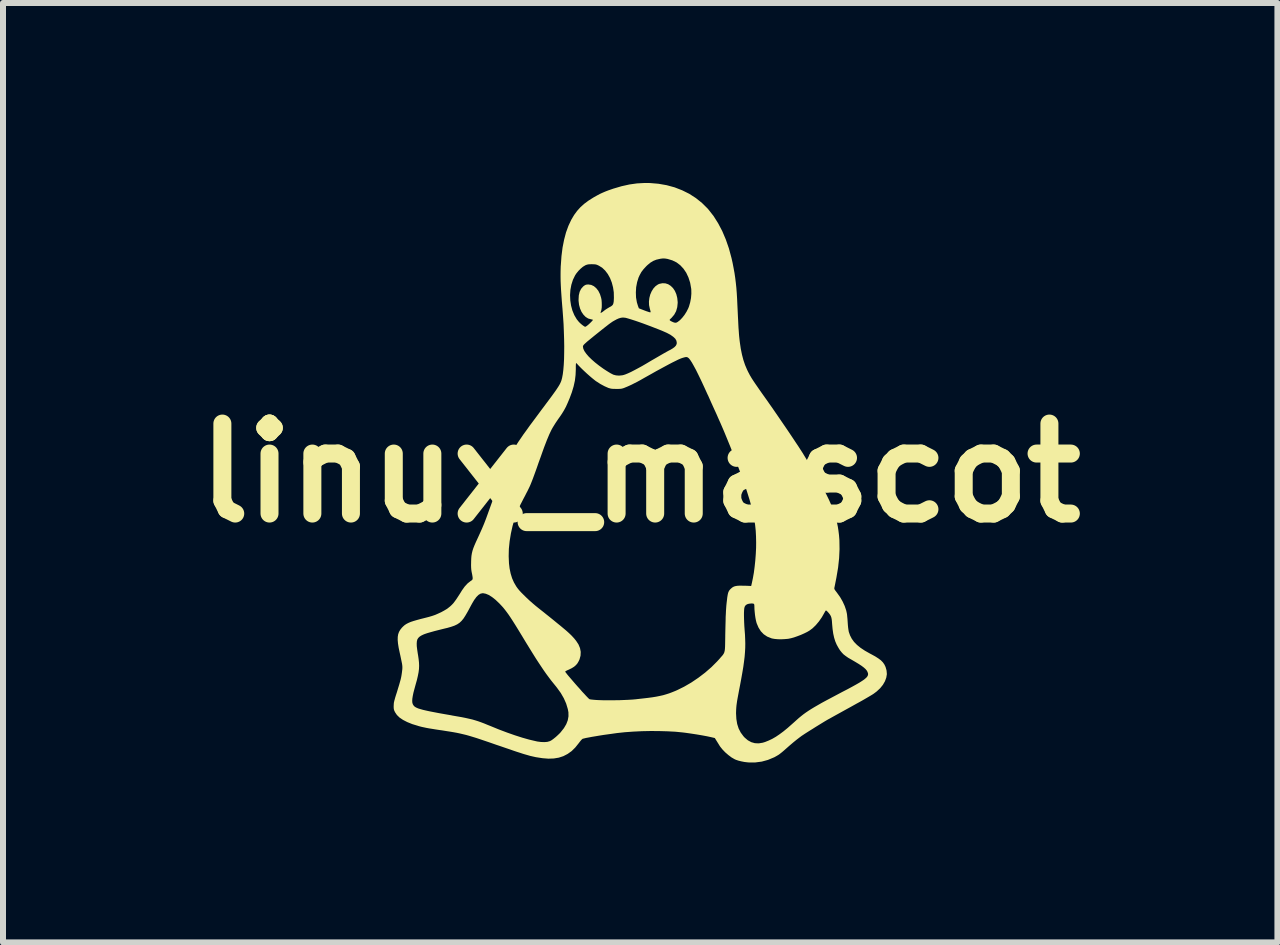
<source format=kicad_pcb>
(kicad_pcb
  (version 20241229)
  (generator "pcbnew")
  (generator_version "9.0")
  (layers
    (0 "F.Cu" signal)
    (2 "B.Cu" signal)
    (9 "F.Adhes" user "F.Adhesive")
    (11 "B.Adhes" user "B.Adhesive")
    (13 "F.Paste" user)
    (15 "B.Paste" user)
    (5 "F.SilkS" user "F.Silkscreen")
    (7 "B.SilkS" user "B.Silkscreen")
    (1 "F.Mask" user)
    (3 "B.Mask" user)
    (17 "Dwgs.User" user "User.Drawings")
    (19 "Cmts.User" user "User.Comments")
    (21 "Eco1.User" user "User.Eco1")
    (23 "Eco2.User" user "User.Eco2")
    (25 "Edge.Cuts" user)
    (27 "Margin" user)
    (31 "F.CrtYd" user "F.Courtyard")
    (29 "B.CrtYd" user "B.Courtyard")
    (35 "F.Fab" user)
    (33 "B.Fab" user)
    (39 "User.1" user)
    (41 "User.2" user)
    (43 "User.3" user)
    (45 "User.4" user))
  (footprint "linux_mascot"
    (layer "F.Cu")
    (at 7.621 4.832)
    (property "Reference" "linux_mascot" (at 0 0 0) (layer "F.SilkS") (effects (font (size 1.5 1.5) (thickness 0.3))))
    (attr board_only exclude_from_pos_files exclude_from_bom)
    (fp_poly (pts (xy 0.164 -4.831) (xy 0.305 -4.819) (xy 0.442 -4.795) (xy 0.574 -4.759) (xy 0.7 -4.71) (xy 0.819 -4.651) (xy 0.929 -4.58) (xy 1.031 -4.498) (xy 1.123 -4.407) (xy 1.141 -4.386) (xy 1.224 -4.28) (xy 1.299 -4.161) (xy 1.367 -4.032) (xy 1.427 -3.891) (xy 1.479 -3.741) (xy 1.522 -3.582) (xy 1.54 -3.502) (xy 1.557 -3.414) (xy 1.572 -3.332) (xy 1.584 -3.251) (xy 1.594 -3.17) (xy 1.603 -3.085) (xy 1.61 -2.994) (xy 1.616 -2.893) (xy 1.62 -2.802) (xy 1.625 -2.701) (xy 1.629 -2.614) (xy 1.633 -2.538) (xy 1.636 -2.473) (xy 1.639 -2.416) (xy 1.643 -2.366) (xy 1.646 -2.322) (xy 1.649 -2.283) (xy 1.653 -2.246) (xy 1.657 -2.21) (xy 1.661 -2.177) (xy 1.677 -2.068) (xy 1.697 -1.97) (xy 1.72 -1.882) (xy 1.748 -1.799) (xy 1.782 -1.719) (xy 1.802 -1.678) (xy 1.815 -1.654) (xy 1.827 -1.63) (xy 1.841 -1.607) (xy 1.856 -1.581) (xy 1.874 -1.553) (xy 1.895 -1.521) (xy 1.92 -1.484) (xy 1.95 -1.441) (xy 1.985 -1.39) (xy 2.027 -1.33) (xy 2.076 -1.261) (xy 2.114 -1.208) (xy 2.155 -1.149) (xy 2.201 -1.084) (xy 2.249 -1.014) (xy 2.3 -0.94) (xy 2.352 -0.864) (xy 2.404 -0.788) (xy 2.456 -0.712) (xy 2.505 -0.639) (xy 2.552 -0.569) (xy 2.595 -0.504) (xy 2.634 -0.446) (xy 2.666 -0.396) (xy 2.692 -0.356) (xy 2.705 -0.336) (xy 2.79 -0.196) (xy 2.867 -0.068) (xy 2.936 0.05) (xy 2.998 0.159) (xy 3.053 0.26) (xy 3.101 0.355) (xy 3.144 0.443) (xy 3.181 0.525) (xy 3.212 0.604) (xy 3.239 0.679) (xy 3.261 0.752) (xy 3.279 0.823) (xy 3.294 0.894) (xy 3.305 0.965) (xy 3.314 1.038) (xy 3.32 1.113) (xy 3.321 1.132) (xy 3.323 1.273) (xy 3.316 1.422) (xy 3.299 1.579) (xy 3.271 1.745) (xy 3.262 1.791) (xy 3.254 1.831) (xy 3.247 1.867) (xy 3.241 1.896) (xy 3.237 1.915) (xy 3.236 1.92) (xy 3.236 1.931) (xy 3.241 1.944) (xy 3.253 1.962) (xy 3.272 1.987) (xy 3.284 2.003) (xy 3.332 2.07) (xy 3.374 2.143) (xy 3.409 2.219) (xy 3.434 2.293) (xy 3.444 2.338) (xy 3.448 2.361) (xy 3.451 2.394) (xy 3.455 2.434) (xy 3.458 2.477) (xy 3.459 2.493) (xy 3.462 2.536) (xy 3.466 2.578) (xy 3.471 2.614) (xy 3.476 2.642) (xy 3.477 2.649) (xy 3.498 2.709) (xy 3.527 2.765) (xy 3.565 2.818) (xy 3.614 2.868) (xy 3.673 2.916) (xy 3.745 2.964) (xy 3.83 3.012) (xy 3.851 3.023) (xy 3.917 3.059) (xy 3.97 3.093) (xy 4.013 3.125) (xy 4.046 3.159) (xy 4.071 3.195) (xy 4.09 3.235) (xy 4.103 3.28) (xy 4.107 3.297) (xy 4.112 3.355) (xy 4.102 3.414) (xy 4.08 3.474) (xy 4.046 3.533) (xy 4 3.59) (xy 3.942 3.644) (xy 3.89 3.683) (xy 3.868 3.697) (xy 3.835 3.717) (xy 3.794 3.741) (xy 3.746 3.769) (xy 3.694 3.799) (xy 3.64 3.829) (xy 3.612 3.844) (xy 3.51 3.901) (xy 3.419 3.951) (xy 3.338 3.996) (xy 3.267 4.035) (xy 3.204 4.07) (xy 3.147 4.102) (xy 3.137 4.107) (xy 3.109 4.123) (xy 3.072 4.145) (xy 3.028 4.172) (xy 2.979 4.202) (xy 2.927 4.234) (xy 2.875 4.267) (xy 2.825 4.298) (xy 2.779 4.327) (xy 2.74 4.352) (xy 2.709 4.373) (xy 2.696 4.381) (xy 2.653 4.413) (xy 2.605 4.45) (xy 2.552 4.493) (xy 2.492 4.544) (xy 2.442 4.588) (xy 2.399 4.626) (xy 2.365 4.655) (xy 2.336 4.678) (xy 2.311 4.697) (xy 2.286 4.712) (xy 2.26 4.727) (xy 2.231 4.743) (xy 2.227 4.744) (xy 2.129 4.785) (xy 2.026 4.813) (xy 1.919 4.827) (xy 1.81 4.827) (xy 1.787 4.825) (xy 1.737 4.819) (xy 1.686 4.809) (xy 1.638 4.797) (xy 1.596 4.783) (xy 1.574 4.773) (xy 1.522 4.743) (xy 1.469 4.703) (xy 1.417 4.658) (xy 1.371 4.61) (xy 1.334 4.564) (xy 1.324 4.549) (xy 1.307 4.521) (xy 1.287 4.489) (xy 1.272 4.465) (xy 1.244 4.42) (xy 1.18 4.405) (xy 1.11 4.39) (xy 1.029 4.375) (xy 0.941 4.36) (xy 0.85 4.346) (xy 0.758 4.333) (xy 0.709 4.327) (xy 0.589 4.315) (xy 0.457 4.308) (xy 0.318 4.304) (xy 0.174 4.303) (xy 0.029 4.306) (xy -0.115 4.313) (xy -0.254 4.323) (xy -0.385 4.337) (xy -0.399 4.339) (xy -0.47 4.349) (xy -0.542 4.359) (xy -0.614 4.369) (xy -0.683 4.38) (xy -0.748 4.391) (xy -0.808 4.401) (xy -0.86 4.411) (xy -0.904 4.419) (xy -0.936 4.427) (xy -0.957 4.432) (xy -0.961 4.434) (xy -0.972 4.443) (xy -0.989 4.461) (xy -1.009 4.486) (xy -1.025 4.507) (xy -1.082 4.578) (xy -1.143 4.638) (xy -1.209 4.685) (xy -1.28 4.722) (xy -1.356 4.747) (xy -1.44 4.761) (xy -1.531 4.764) (xy -1.63 4.756) (xy -1.739 4.739) (xy -1.81 4.723) (xy -1.836 4.717) (xy -1.863 4.709) (xy -1.891 4.701) (xy -1.923 4.692) (xy -1.959 4.681) (xy -2.001 4.667) (xy -2.049 4.652) (xy -2.106 4.633) (xy -2.171 4.61) (xy -2.248 4.584) (xy -2.335 4.554) (xy -2.395 4.534) (xy -2.495 4.499) (xy -2.583 4.469) (xy -2.66 4.443) (xy -2.729 4.42) (xy -2.791 4.401) (xy -2.847 4.384) (xy -2.9 4.369) (xy -2.95 4.357) (xy -3.001 4.345) (xy -3.052 4.334) (xy -3.107 4.324) (xy -3.166 4.314) (xy -3.231 4.304) (xy -3.305 4.292) (xy -3.335 4.288) (xy -3.408 4.277) (xy -3.469 4.267) (xy -3.52 4.259) (xy -3.563 4.251) (xy -3.6 4.243) (xy -3.634 4.236) (xy -3.666 4.228) (xy -3.699 4.219) (xy -3.7 4.218) (xy -3.799 4.188) (xy -3.883 4.154) (xy -3.953 4.118) (xy -4.011 4.079) (xy -4.055 4.036) (xy -4.086 3.99) (xy -4.089 3.984) (xy -4.101 3.958) (xy -4.107 3.935) (xy -4.109 3.907) (xy -4.109 3.888) (xy -4.108 3.867) (xy -4.107 3.848) (xy -4.105 3.829) (xy -4.1 3.807) (xy -4.099 3.801) (xy -3.8 3.801) (xy -3.798 3.83) (xy -3.791 3.854) (xy -3.78 3.874) (xy -3.764 3.892) (xy -3.758 3.897) (xy -3.743 3.907) (xy -3.723 3.917) (xy -3.697 3.928) (xy -3.663 3.938) (xy -3.621 3.95) (xy -3.57 3.962) (xy -3.51 3.975) (xy -3.438 3.989) (xy -3.355 4.005) (xy -3.259 4.022) (xy -3.15 4.041) (xy -3.132 4.045) (xy -3.046 4.06) (xy -2.971 4.073) (xy -2.907 4.086) (xy -2.85 4.099) (xy -2.798 4.111) (xy -2.75 4.125) (xy -2.702 4.14) (xy -2.654 4.157) (xy -2.601 4.177) (xy -2.543 4.201) (xy -2.5 4.218) (xy -2.356 4.277) (xy -2.218 4.329) (xy -2.087 4.375) (xy -1.965 4.414) (xy -1.852 4.446) (xy -1.75 4.47) (xy -1.715 4.478) (xy -1.654 4.486) (xy -1.597 4.488) (xy -1.547 4.484) (xy -1.506 4.472) (xy -1.503 4.471) (xy -1.476 4.456) (xy -1.443 4.432) (xy -1.406 4.402) (xy -1.37 4.369) (xy -1.336 4.336) (xy -1.324 4.322) (xy -1.271 4.255) (xy -1.232 4.189) (xy -1.207 4.124) (xy -1.195 4.058) (xy -1.196 4.008) (xy 1.598 4.008) (xy 1.603 4.102) (xy 1.617 4.186) (xy 1.641 4.261) (xy 1.676 4.329) (xy 1.721 4.39) (xy 1.742 4.413) (xy 1.795 4.458) (xy 1.852 4.489) (xy 1.912 4.506) (xy 1.976 4.509) (xy 2.043 4.498) (xy 2.082 4.486) (xy 2.142 4.462) (xy 2.201 4.434) (xy 2.26 4.4) (xy 2.321 4.359) (xy 2.387 4.31) (xy 2.457 4.253) (xy 2.534 4.185) (xy 2.569 4.154) (xy 2.609 4.118) (xy 2.646 4.085) (xy 2.684 4.054) (xy 2.722 4.024) (xy 2.762 3.995) (xy 2.805 3.966) (xy 2.852 3.936) (xy 2.905 3.904) (xy 2.964 3.87) (xy 3.03 3.832) (xy 3.106 3.791) (xy 3.191 3.746) (xy 3.287 3.695) (xy 3.368 3.652) (xy 3.457 3.606) (xy 3.533 3.565) (xy 3.598 3.529) (xy 3.652 3.498) (xy 3.696 3.47) (xy 3.732 3.446) (xy 3.758 3.424) (xy 3.778 3.405) (xy 3.79 3.387) (xy 3.797 3.37) (xy 3.799 3.353) (xy 3.797 3.341) (xy 3.789 3.317) (xy 3.776 3.294) (xy 3.756 3.27) (xy 3.728 3.245) (xy 3.691 3.217) (xy 3.644 3.186) (xy 3.586 3.151) (xy 3.521 3.113) (xy 3.467 3.082) (xy 3.424 3.052) (xy 3.388 3.024) (xy 3.359 2.993) (xy 3.331 2.958) (xy 3.308 2.922) (xy 3.277 2.867) (xy 3.252 2.809) (xy 3.233 2.748) (xy 3.218 2.68) (xy 3.207 2.603) (xy 3.199 2.515) (xy 3.196 2.471) (xy 3.192 2.438) (xy 3.187 2.414) (xy 3.181 2.395) (xy 3.176 2.384) (xy 3.164 2.363) (xy 3.147 2.341) (xy 3.129 2.32) (xy 3.113 2.304) (xy 3.1 2.294) (xy 3.095 2.294) (xy 3.088 2.302) (xy 3.078 2.319) (xy 3.069 2.335) (xy 3.028 2.407) (xy 2.98 2.476) (xy 2.927 2.539) (xy 2.872 2.592) (xy 2.822 2.629) (xy 2.783 2.652) (xy 2.734 2.676) (xy 2.678 2.701) (xy 2.62 2.723) (xy 2.563 2.743) (xy 2.516 2.756) (xy 2.468 2.766) (xy 2.411 2.771) (xy 2.352 2.774) (xy 2.294 2.773) (xy 2.24 2.768) (xy 2.195 2.76) (xy 2.184 2.756) (xy 2.117 2.729) (xy 2.059 2.69) (xy 2.011 2.64) (xy 1.972 2.578) (xy 1.941 2.505) (xy 1.937 2.49) (xy 1.929 2.458) (xy 1.921 2.416) (xy 1.914 2.369) (xy 1.909 2.32) (xy 1.905 2.275) (xy 1.904 2.241) (xy 1.903 2.208) (xy 1.899 2.188) (xy 1.895 2.183) (xy 1.878 2.178) (xy 1.852 2.177) (xy 1.824 2.18) (xy 1.797 2.185) (xy 1.78 2.192) (xy 1.763 2.203) (xy 1.75 2.217) (xy 1.741 2.234) (xy 1.735 2.258) (xy 1.732 2.29) (xy 1.73 2.333) (xy 1.73 2.376) (xy 1.731 2.429) (xy 1.733 2.49) (xy 1.736 2.551) (xy 1.74 2.607) (xy 1.741 2.62) (xy 1.747 2.698) (xy 1.75 2.773) (xy 1.752 2.844) (xy 1.751 2.916) (xy 1.747 2.988) (xy 1.741 3.064) (xy 1.731 3.145) (xy 1.719 3.233) (xy 1.703 3.329) (xy 1.684 3.436) (xy 1.665 3.538) (xy 1.649 3.62) (xy 1.636 3.69) (xy 1.625 3.749) (xy 1.616 3.799) (xy 1.61 3.841) (xy 1.605 3.878) (xy 1.602 3.911) (xy 1.6 3.941) (xy 1.599 3.971) (xy 1.598 4.003) (xy 1.598 4.008) (xy -1.196 4.008) (xy -1.196 3.992) (xy -1.206 3.938) (xy -1.234 3.845) (xy -1.273 3.757) (xy -1.323 3.67) (xy -1.386 3.583) (xy -1.403 3.561) (xy -1.446 3.508) (xy -1.487 3.457) (xy -1.526 3.405) (xy -1.566 3.351) (xy -1.606 3.294) (xy -1.647 3.233) (xy -1.691 3.167) (xy -1.738 3.095) (xy -1.788 3.015) (xy -1.843 2.926) (xy -1.904 2.827) (xy -1.971 2.716) (xy -1.982 2.698) (xy -2.035 2.611) (xy -2.082 2.535) (xy -2.123 2.47) (xy -2.16 2.413) (xy -2.193 2.364) (xy -2.225 2.32) (xy -2.254 2.282) (xy -2.283 2.246) (xy -2.313 2.213) (xy -2.344 2.18) (xy -2.35 2.174) (xy -2.411 2.116) (xy -2.469 2.07) (xy -2.523 2.036) (xy -2.573 2.015) (xy -2.619 2.006) (xy -2.625 2.006) (xy -2.66 2.013) (xy -2.695 2.034) (xy -2.731 2.07) (xy -2.767 2.119) (xy -2.799 2.173) (xy -2.819 2.209) (xy -2.842 2.252) (xy -2.865 2.295) (xy -2.88 2.322) (xy -2.914 2.38) (xy -2.945 2.428) (xy -2.977 2.467) (xy -3.011 2.499) (xy -3.05 2.525) (xy -3.096 2.547) (xy -3.151 2.566) (xy -3.217 2.585) (xy -3.256 2.594) (xy -3.344 2.616) (xy -3.423 2.636) (xy -3.491 2.655) (xy -3.547 2.671) (xy -3.591 2.686) (xy -3.618 2.697) (xy -3.652 2.714) (xy -3.679 2.732) (xy -3.699 2.752) (xy -3.714 2.776) (xy -3.722 2.806) (xy -3.725 2.843) (xy -3.724 2.889) (xy -3.717 2.946) (xy -3.707 3.014) (xy -3.702 3.042) (xy -3.693 3.105) (xy -3.687 3.162) (xy -3.685 3.215) (xy -3.687 3.269) (xy -3.694 3.324) (xy -3.706 3.385) (xy -3.722 3.454) (xy -3.742 3.525) (xy -3.763 3.602) (xy -3.78 3.666) (xy -3.791 3.72) (xy -3.798 3.765) (xy -3.8 3.801) (xy -4.099 3.801) (xy -4.093 3.781) (xy -4.084 3.747) (xy -4.071 3.705) (xy -4.055 3.656) (xy -4.035 3.589) (xy -4.018 3.534) (xy -4.005 3.488) (xy -3.994 3.449) (xy -3.986 3.415) (xy -3.98 3.384) (xy -3.975 3.352) (xy -3.971 3.325) (xy -3.968 3.298) (xy -3.965 3.274) (xy -3.964 3.253) (xy -3.964 3.231) (xy -3.966 3.207) (xy -3.97 3.179) (xy -3.977 3.145) (xy -3.986 3.102) (xy -3.997 3.049) (xy -4.009 2.995) (xy -4.026 2.914) (xy -4.037 2.844) (xy -4.042 2.785) (xy -4.041 2.734) (xy -4.034 2.69) (xy -4.02 2.651) (xy -3.999 2.615) (xy -3.972 2.581) (xy -3.95 2.559) (xy -3.925 2.537) (xy -3.896 2.518) (xy -3.863 2.501) (xy -3.823 2.484) (xy -3.774 2.468) (xy -3.715 2.451) (xy -3.656 2.435) (xy -3.608 2.423) (xy -3.561 2.411) (xy -3.519 2.4) (xy -3.485 2.39) (xy -3.462 2.383) (xy -3.459 2.382) (xy -3.416 2.367) (xy -3.368 2.346) (xy -3.318 2.323) (xy -3.272 2.298) (xy -3.233 2.275) (xy -3.217 2.265) (xy -3.189 2.243) (xy -3.163 2.222) (xy -3.14 2.2) (xy -3.116 2.175) (xy -3.093 2.145) (xy -3.066 2.108) (xy -3.037 2.064) (xy -3.002 2.01) (xy -2.97 1.958) (xy -2.925 1.895) (xy -2.876 1.842) (xy -2.824 1.801) (xy -2.821 1.8) (xy -2.807 1.79) (xy -2.798 1.781) (xy -2.793 1.769) (xy -2.792 1.751) (xy -2.795 1.727) (xy -2.801 1.692) (xy -2.806 1.669) (xy -2.812 1.637) (xy -2.816 1.607) (xy -2.818 1.576) (xy -2.819 1.54) (xy -2.818 1.494) (xy -2.818 1.479) (xy -2.816 1.426) (xy -2.813 1.39) (xy -2.192 1.39) (xy -2.187 1.508) (xy -2.177 1.592) (xy -2.159 1.679) (xy -2.135 1.757) (xy -2.104 1.827) (xy -2.065 1.894) (xy -2.042 1.926) (xy -2.017 1.957) (xy -1.983 1.994) (xy -1.941 2.036) (xy -1.895 2.081) (xy -1.846 2.127) (xy -1.796 2.171) (xy -1.748 2.212) (xy -1.737 2.221) (xy -1.701 2.25) (xy -1.657 2.285) (xy -1.61 2.322) (xy -1.563 2.36) (xy -1.53 2.386) (xy -1.453 2.448) (xy -1.386 2.503) (xy -1.328 2.55) (xy -1.279 2.591) (xy -1.237 2.626) (xy -1.201 2.658) (xy -1.171 2.686) (xy -1.144 2.712) (xy -1.121 2.737) (xy -1.099 2.761) (xy -1.079 2.786) (xy -1.069 2.798) (xy -1.029 2.859) (xy -1.003 2.921) (xy -0.991 2.983) (xy -0.994 3.047) (xy -1.011 3.109) (xy -1.025 3.139) (xy -1.045 3.174) (xy -1.07 3.204) (xy -1.101 3.231) (xy -1.141 3.256) (xy -1.192 3.281) (xy -1.218 3.292) (xy -1.237 3.302) (xy -1.248 3.31) (xy -1.25 3.313) (xy -1.245 3.322) (xy -1.232 3.339) (xy -1.212 3.365) (xy -1.185 3.397) (xy -1.153 3.434) (xy -1.118 3.475) (xy -1.081 3.518) (xy -1.043 3.561) (xy -1.004 3.604) (xy -0.968 3.646) (xy -0.933 3.683) (xy -0.903 3.716) (xy -0.878 3.742) (xy -0.859 3.761) (xy -0.848 3.771) (xy -0.847 3.772) (xy -0.825 3.777) (xy -0.79 3.781) (xy -0.745 3.785) (xy -0.69 3.788) (xy -0.627 3.79) (xy -0.559 3.791) (xy -0.487 3.791) (xy -0.413 3.79) (xy -0.339 3.789) (xy -0.266 3.786) (xy -0.196 3.783) (xy -0.13 3.779) (xy -0.072 3.774) (xy -0.058 3.772) (xy 0.041 3.761) (xy 0.127 3.751) (xy 0.203 3.741) (xy 0.27 3.73) (xy 0.329 3.718) (xy 0.383 3.706) (xy 0.434 3.691) (xy 0.484 3.675) (xy 0.534 3.656) (xy 0.586 3.635) (xy 0.616 3.622) (xy 0.733 3.564) (xy 0.852 3.495) (xy 0.969 3.416) (xy 1.082 3.33) (xy 1.187 3.239) (xy 1.282 3.144) (xy 1.323 3.099) (xy 1.345 3.073) (xy 1.364 3.052) (xy 1.379 3.034) (xy 1.39 3.017) (xy 1.399 3) (xy 1.405 2.981) (xy 1.41 2.958) (xy 1.413 2.929) (xy 1.415 2.893) (xy 1.416 2.848) (xy 1.417 2.792) (xy 1.418 2.724) (xy 1.418 2.708) (xy 1.42 2.614) (xy 1.422 2.532) (xy 1.424 2.462) (xy 1.425 2.401) (xy 1.428 2.348) (xy 1.43 2.3) (xy 1.433 2.257) (xy 1.436 2.215) (xy 1.44 2.175) (xy 1.445 2.133) (xy 1.446 2.125) (xy 1.452 2.072) (xy 1.459 2.031) (xy 1.466 2) (xy 1.476 1.976) (xy 1.488 1.956) (xy 1.504 1.938) (xy 1.517 1.926) (xy 1.535 1.911) (xy 1.553 1.9) (xy 1.572 1.892) (xy 1.596 1.886) (xy 1.625 1.882) (xy 1.662 1.88) (xy 1.708 1.881) (xy 1.766 1.882) (xy 1.817 1.884) (xy 1.85 1.886) (xy 1.862 1.835) (xy 1.879 1.754) (xy 1.895 1.663) (xy 1.908 1.563) (xy 1.919 1.459) (xy 1.927 1.353) (xy 1.932 1.25) (xy 1.933 1.165) (xy 1.931 1.063) (xy 1.926 0.965) (xy 1.916 0.869) (xy 1.901 0.772) (xy 1.881 0.672) (xy 1.856 0.567) (xy 1.825 0.455) (xy 1.787 0.333) (xy 1.771 0.283) (xy 1.737 0.183) (xy 1.697 0.071) (xy 1.653 -0.049) (xy 1.605 -0.174) (xy 1.555 -0.304) (xy 1.503 -0.435) (xy 1.45 -0.565) (xy 1.398 -0.691) (xy 1.346 -0.812) (xy 1.296 -0.924) (xy 1.281 -0.959) (xy 1.263 -0.999) (xy 1.24 -1.049) (xy 1.214 -1.106) (xy 1.186 -1.168) (xy 1.158 -1.231) (xy 1.131 -1.292) (xy 1.124 -1.305) (xy 1.068 -1.428) (xy 1.017 -1.538) (xy 0.971 -1.633) (xy 0.93 -1.716) (xy 0.893 -1.784) (xy 0.862 -1.839) (xy 0.835 -1.88) (xy 0.814 -1.907) (xy 0.805 -1.915) (xy 0.791 -1.925) (xy 0.777 -1.93) (xy 0.759 -1.93) (xy 0.735 -1.925) (xy 0.701 -1.915) (xy 0.687 -1.91) (xy 0.664 -1.901) (xy 0.63 -1.886) (xy 0.586 -1.864) (xy 0.533 -1.838) (xy 0.474 -1.807) (xy 0.409 -1.772) (xy 0.339 -1.734) (xy 0.267 -1.695) (xy 0.193 -1.653) (xy 0.141 -1.624) (xy 0.066 -1.582) (xy 0.003 -1.546) (xy -0.052 -1.516) (xy -0.1 -1.492) (xy -0.141 -1.471) (xy -0.18 -1.453) (xy -0.216 -1.437) (xy -0.243 -1.426) (xy -0.272 -1.414) (xy -0.295 -1.407) (xy -0.317 -1.402) (xy -0.341 -1.4) (xy -0.373 -1.399) (xy -0.396 -1.399) (xy -0.437 -1.4) (xy -0.467 -1.401) (xy -0.492 -1.405) (xy -0.514 -1.411) (xy -0.531 -1.416) (xy -0.594 -1.444) (xy -0.663 -1.481) (xy -0.736 -1.528) (xy -0.738 -1.529) (xy -0.766 -1.551) (xy -0.802 -1.58) (xy -0.843 -1.615) (xy -0.886 -1.653) (xy -0.928 -1.692) (xy -0.967 -1.729) (xy -1.001 -1.763) (xy -1.027 -1.79) (xy -1.03 -1.793) (xy -1.047 -1.812) (xy -1.061 -1.826) (xy -1.068 -1.831) (xy -1.068 -1.831) (xy -1.07 -1.825) (xy -1.072 -1.806) (xy -1.073 -1.777) (xy -1.073 -1.742) (xy -1.073 -1.724) (xy -1.077 -1.631) (xy -1.088 -1.539) (xy -1.109 -1.443) (xy -1.139 -1.343) (xy -1.175 -1.246) (xy -1.207 -1.17) (xy -1.237 -1.103) (xy -1.269 -1.044) (xy -1.303 -0.988) (xy -1.336 -0.939) (xy -1.366 -0.897) (xy -1.392 -0.859) (xy -1.416 -0.823) (xy -1.437 -0.789) (xy -1.458 -0.755) (xy -1.477 -0.721) (xy -1.495 -0.684) (xy -1.514 -0.644) (xy -1.533 -0.599) (xy -1.554 -0.549) (xy -1.576 -0.492) (xy -1.601 -0.427) (xy -1.628 -0.352) (xy -1.658 -0.267) (xy -1.693 -0.171) (xy -1.722 -0.087) (xy -1.749 -0.012) (xy -1.772 0.051) (xy -1.792 0.105) (xy -1.81 0.151) (xy -1.826 0.191) (xy -1.842 0.228) (xy -1.859 0.263) (xy -1.876 0.298) (xy -1.896 0.336) (xy -1.899 0.342) (xy -1.922 0.387) (xy -1.949 0.438) (xy -1.975 0.489) (xy -1.998 0.533) (xy -1.998 0.534) (xy -2.048 0.643) (xy -2.091 0.76) (xy -2.127 0.884) (xy -2.155 1.011) (xy -2.176 1.139) (xy -2.189 1.267) (xy -2.192 1.39) (xy -2.813 1.39) (xy -2.812 1.381) (xy -2.805 1.339) (xy -2.795 1.298) (xy -2.781 1.255) (xy -2.762 1.207) (xy -2.737 1.15) (xy -2.721 1.116) (xy -2.677 1.02) (xy -2.638 0.933) (xy -2.603 0.85) (xy -2.57 0.765) (xy -2.537 0.674) (xy -2.526 0.643) (xy -2.498 0.566) (xy -2.469 0.486) (xy -2.439 0.403) (xy -2.408 0.319) (xy -2.377 0.235) (xy -2.346 0.154) (xy -2.317 0.077) (xy -2.289 0.005) (xy -2.264 -0.06) (xy -2.241 -0.117) (xy -2.222 -0.164) (xy -2.207 -0.199) (xy -2.202 -0.211) (xy -2.182 -0.254) (xy -2.161 -0.296) (xy -2.139 -0.338) (xy -2.115 -0.381) (xy -2.089 -0.425) (xy -2.059 -0.473) (xy -2.026 -0.524) (xy -1.988 -0.579) (xy -1.946 -0.641) (xy -1.897 -0.708) (xy -1.843 -0.784) (xy -1.781 -0.867) (xy -1.712 -0.96) (xy -1.635 -1.064) (xy -1.621 -1.082) (xy -1.563 -1.16) (xy -1.513 -1.227) (xy -1.47 -1.285) (xy -1.434 -1.335) (xy -1.404 -1.377) (xy -1.38 -1.413) (xy -1.36 -1.444) (xy -1.344 -1.471) (xy -1.332 -1.494) (xy -1.322 -1.516) (xy -1.314 -1.537) (xy -1.308 -1.559) (xy -1.302 -1.581) (xy -1.301 -1.586) (xy -1.29 -1.644) (xy -1.281 -1.716) (xy -1.274 -1.799) (xy -1.269 -1.893) (xy -1.267 -1.996) (xy -1.266 -2.102) (xy -0.954 -2.102) (xy -0.948 -2.069) (xy -0.93 -2.03) (xy -0.9 -1.987) (xy -0.86 -1.94) (xy -0.81 -1.891) (xy -0.752 -1.84) (xy -0.686 -1.788) (xy -0.614 -1.736) (xy -0.562 -1.702) (xy -0.528 -1.681) (xy -0.495 -1.661) (xy -0.466 -1.646) (xy -0.446 -1.636) (xy -0.445 -1.636) (xy -0.403 -1.625) (xy -0.353 -1.621) (xy -0.3 -1.626) (xy -0.274 -1.632) (xy -0.244 -1.642) (xy -0.203 -1.659) (xy -0.153 -1.682) (xy -0.097 -1.711) (xy -0.035 -1.744) (xy 0.031 -1.78) (xy 0.098 -1.819) (xy 0.187 -1.872) (xy 0.265 -1.917) (xy 0.332 -1.956) (xy 0.389 -1.989) (xy 0.437 -2.016) (xy 0.477 -2.038) (xy 0.493 -2.046) (xy 0.54 -2.073) (xy 0.574 -2.098) (xy 0.596 -2.122) (xy 0.608 -2.148) (xy 0.61 -2.168) (xy 0.604 -2.203) (xy 0.585 -2.236) (xy 0.551 -2.268) (xy 0.505 -2.301) (xy 0.447 -2.332) (xy 0.409 -2.349) (xy 0.361 -2.37) (xy 0.306 -2.392) (xy 0.244 -2.416) (xy 0.18 -2.441) (xy 0.113 -2.466) (xy 0.046 -2.491) (xy -0.019 -2.514) (xy -0.08 -2.535) (xy -0.136 -2.553) (xy -0.184 -2.568) (xy -0.222 -2.579) (xy -0.25 -2.586) (xy -0.253 -2.586) (xy -0.288 -2.589) (xy -0.322 -2.585) (xy -0.359 -2.574) (xy -0.403 -2.554) (xy -0.403 -2.553) (xy -0.422 -2.543) (xy -0.44 -2.533) (xy -0.459 -2.522) (xy -0.478 -2.509) (xy -0.501 -2.493) (xy -0.528 -2.473) (xy -0.561 -2.447) (xy -0.601 -2.416) (xy -0.65 -2.377) (xy -0.705 -2.333) (xy -0.765 -2.285) (xy -0.814 -2.245) (xy -0.854 -2.212) (xy -0.886 -2.186) (xy -0.91 -2.164) (xy -0.928 -2.148) (xy -0.941 -2.134) (xy -0.948 -2.124) (xy -0.953 -2.115) (xy -0.954 -2.107) (xy -0.954 -2.102) (xy -1.266 -2.102) (xy -1.266 -2.108) (xy -1.268 -2.226) (xy -1.272 -2.35) (xy -1.277 -2.479) (xy -1.286 -2.611) (xy -1.296 -2.745) (xy -1.297 -2.754) (xy -1.306 -2.865) (xy -1.313 -2.962) (xy -1.313 -2.963) (xy -1.169 -2.963) (xy -1.165 -2.874) (xy -1.152 -2.788) (xy -1.13 -2.706) (xy -1.098 -2.629) (xy -1.058 -2.561) (xy -1.026 -2.521) (xy -1.004 -2.498) (xy -0.979 -2.476) (xy -0.955 -2.457) (xy -0.933 -2.442) (xy -0.919 -2.435) (xy -0.916 -2.435) (xy -0.908 -2.438) (xy -0.893 -2.447) (xy -0.892 -2.448) (xy -0.875 -2.461) (xy -0.855 -2.478) (xy -0.834 -2.498) (xy -0.814 -2.518) (xy -0.798 -2.535) (xy -0.789 -2.547) (xy -0.788 -2.551) (xy -0.797 -2.555) (xy -0.815 -2.559) (xy -0.82 -2.56) (xy -0.867 -2.573) (xy -0.909 -2.599) (xy -0.946 -2.637) (xy -0.978 -2.684) (xy -1.002 -2.739) (xy -1.019 -2.801) (xy -1.027 -2.868) (xy -1.027 -2.889) (xy -1.023 -2.959) (xy -1.009 -3.018) (xy -0.985 -3.067) (xy -0.951 -3.106) (xy -0.935 -3.119) (xy -0.914 -3.132) (xy -0.894 -3.138) (xy -0.867 -3.14) (xy -0.863 -3.14) (xy -0.816 -3.133) (xy -0.772 -3.112) (xy -0.733 -3.079) (xy -0.698 -3.035) (xy -0.67 -2.979) (xy -0.651 -2.918) (xy -0.644 -2.883) (xy -0.641 -2.842) (xy -0.64 -2.798) (xy -0.641 -2.756) (xy -0.646 -2.721) (xy -0.65 -2.704) (xy -0.657 -2.684) (xy -0.661 -2.672) (xy -0.661 -2.67) (xy -0.656 -2.667) (xy -0.642 -2.673) (xy -0.619 -2.689) (xy -0.603 -2.702) (xy -0.573 -2.724) (xy -0.538 -2.746) (xy -0.511 -2.762) (xy -0.485 -2.776) (xy -0.467 -2.79) (xy -0.454 -2.806) (xy -0.446 -2.828) (xy -0.441 -2.857) (xy -0.439 -2.897) (xy -0.438 -2.918) (xy -0.44 -3.006) (xy -0.44 -3.009) (xy -0.072 -3.009) (xy -0.069 -2.923) (xy -0.055 -2.842) (xy -0.037 -2.783) (xy -0.022 -2.743) (xy 0.06 -2.711) (xy 0.102 -2.695) (xy 0.133 -2.685) (xy 0.153 -2.678) (xy 0.166 -2.676) (xy 0.172 -2.677) (xy 0.174 -2.682) (xy 0.174 -2.683) (xy 0.172 -2.694) (xy 0.167 -2.715) (xy 0.16 -2.739) (xy 0.148 -2.796) (xy 0.146 -2.855) (xy 0.153 -2.915) (xy 0.168 -2.973) (xy 0.191 -3.026) (xy 0.221 -3.074) (xy 0.256 -3.112) (xy 0.296 -3.14) (xy 0.318 -3.15) (xy 0.37 -3.161) (xy 0.42 -3.159) (xy 0.467 -3.144) (xy 0.509 -3.117) (xy 0.547 -3.08) (xy 0.578 -3.034) (xy 0.602 -2.979) (xy 0.618 -2.916) (xy 0.625 -2.847) (xy 0.625 -2.833) (xy 0.618 -2.762) (xy 0.599 -2.695) (xy 0.567 -2.636) (xy 0.523 -2.584) (xy 0.509 -2.571) (xy 0.495 -2.558) (xy 0.491 -2.548) (xy 0.497 -2.539) (xy 0.515 -2.528) (xy 0.535 -2.518) (xy 0.564 -2.506) (xy 0.586 -2.502) (xy 0.605 -2.505) (xy 0.624 -2.515) (xy 0.662 -2.544) (xy 0.701 -2.585) (xy 0.739 -2.633) (xy 0.773 -2.687) (xy 0.801 -2.742) (xy 0.813 -2.772) (xy 0.833 -2.84) (xy 0.847 -2.913) (xy 0.853 -2.986) (xy 0.852 -3.054) (xy 0.85 -3.073) (xy 0.833 -3.169) (xy 0.805 -3.256) (xy 0.768 -3.335) (xy 0.722 -3.403) (xy 0.668 -3.461) (xy 0.606 -3.508) (xy 0.536 -3.542) (xy 0.46 -3.565) (xy 0.451 -3.567) (xy 0.419 -3.572) (xy 0.394 -3.574) (xy 0.369 -3.573) (xy 0.339 -3.569) (xy 0.328 -3.567) (xy 0.268 -3.553) (xy 0.216 -3.532) (xy 0.169 -3.503) (xy 0.121 -3.463) (xy 0.102 -3.445) (xy 0.056 -3.395) (xy 0.02 -3.348) (xy -0.008 -3.297) (xy -0.027 -3.256) (xy -0.051 -3.179) (xy -0.067 -3.095) (xy -0.072 -3.009) (xy -0.44 -3.009) (xy -0.452 -3.091) (xy -0.473 -3.172) (xy -0.502 -3.246) (xy -0.539 -3.313) (xy -0.583 -3.371) (xy -0.633 -3.419) (xy -0.688 -3.453) (xy -0.713 -3.465) (xy -0.733 -3.472) (xy -0.754 -3.476) (xy -0.781 -3.477) (xy -0.807 -3.478) (xy -0.842 -3.477) (xy -0.867 -3.475) (xy -0.888 -3.47) (xy -0.91 -3.462) (xy -0.919 -3.457) (xy -0.954 -3.436) (xy -0.992 -3.404) (xy -1.03 -3.366) (xy -1.064 -3.324) (xy -1.085 -3.292) (xy -1.121 -3.218) (xy -1.147 -3.136) (xy -1.163 -3.051) (xy -1.169 -2.963) (xy -1.313 -2.963) (xy -1.319 -3.049) (xy -1.323 -3.127) (xy -1.326 -3.198) (xy -1.327 -3.264) (xy -1.327 -3.327) (xy -1.326 -3.388) (xy -1.324 -3.45) (xy -1.323 -3.456) (xy -1.312 -3.612) (xy -1.294 -3.755) (xy -1.268 -3.887) (xy -1.236 -4.008) (xy -1.196 -4.118) (xy -1.149 -4.218) (xy -1.101 -4.299) (xy -1.051 -4.367) (xy -0.996 -4.428) (xy -0.934 -4.484) (xy -0.863 -4.537) (xy -0.779 -4.59) (xy -0.767 -4.597) (xy -0.715 -4.626) (xy -0.67 -4.65) (xy -0.626 -4.67) (xy -0.582 -4.689) (xy -0.533 -4.708) (xy -0.475 -4.728) (xy -0.446 -4.738) (xy -0.31 -4.778) (xy -0.18 -4.807) (xy -0.053 -4.825) (xy 0.076 -4.832)) (stroke (width 0) (type solid)) (fill yes) (layer "F.SilkS")))
  (gr_rect
    (start -3 -3)
    (end 18.243 12.659)
    (stroke (width 0.1) (type default))
    (fill no)
    (layer "Edge.Cuts")))
</source>
